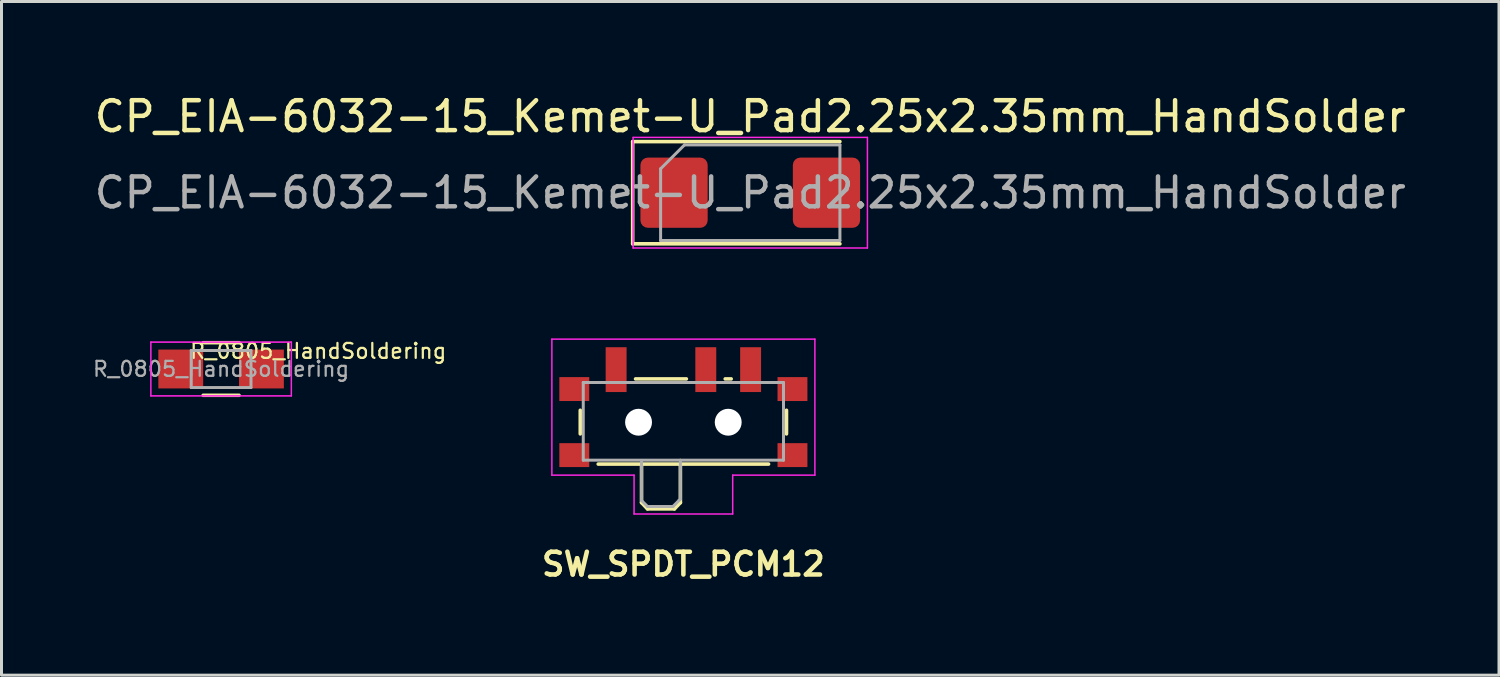
<source format=kicad_pcb>
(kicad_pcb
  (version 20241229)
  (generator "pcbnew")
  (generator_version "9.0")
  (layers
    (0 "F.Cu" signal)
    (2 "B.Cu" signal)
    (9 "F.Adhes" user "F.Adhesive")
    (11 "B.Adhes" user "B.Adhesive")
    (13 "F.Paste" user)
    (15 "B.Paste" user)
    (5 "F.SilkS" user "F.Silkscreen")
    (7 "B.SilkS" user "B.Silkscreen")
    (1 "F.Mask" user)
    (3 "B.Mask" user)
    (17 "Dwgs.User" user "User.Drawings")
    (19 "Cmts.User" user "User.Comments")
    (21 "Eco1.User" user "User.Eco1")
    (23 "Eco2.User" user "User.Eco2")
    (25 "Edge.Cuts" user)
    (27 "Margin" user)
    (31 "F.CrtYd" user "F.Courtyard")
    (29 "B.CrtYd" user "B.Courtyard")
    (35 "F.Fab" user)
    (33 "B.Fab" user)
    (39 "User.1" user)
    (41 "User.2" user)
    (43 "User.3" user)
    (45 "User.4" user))
  (footprint "CP_EIA-6032-15_Kemet-U_Pad2.25x2.35mm_HandSolder"
    (layer "F.Cu")
    (at 22.054 3.398)
    (property "Reference" "CP_EIA-6032-15_Kemet-U_Pad2.25x2.35mm_HandSolder" (at 0 -2.55 180) (layer "F.SilkS") (effects (font (size 1 1) (thickness 0.15))))
    (attr smd)
    (fp_line (start -3.935 -1.71) (end 3 -1.71) (stroke (width 0.12) (type solid)) (layer "F.SilkS"))
    (fp_line (start -3.935 1.71) (end -3.935 -1.71) (stroke (width 0.12) (type solid)) (layer "F.SilkS"))
    (fp_line (start 3 1.71) (end -3.935 1.71) (stroke (width 0.12) (type solid)) (layer "F.SilkS"))
    (fp_line (start -3.92 -1.85) (end -3.92 1.85) (stroke (width 0.05) (type solid)) (layer "F.CrtYd"))
    (fp_line (start -3.92 1.85) (end 3.92 1.85) (stroke (width 0.05) (type solid)) (layer "F.CrtYd"))
    (fp_line (start 3.92 -1.85) (end -3.92 -1.85) (stroke (width 0.05) (type solid)) (layer "F.CrtYd"))
    (fp_line (start 3.92 1.85) (end 3.92 -1.85) (stroke (width 0.05) (type solid)) (layer "F.CrtYd"))
    (fp_line (start -3 -0.8) (end -2.2 -1.6) (stroke (width 0.1) (type solid)) (layer "F.Fab"))
    (fp_line (start -3 1.6) (end -3 -0.8) (stroke (width 0.1) (type solid)) (layer "F.Fab"))
    (fp_line (start -2.2 -1.6) (end 3 -1.6) (stroke (width 0.1) (type solid)) (layer "F.Fab"))
    (fp_line (start 3 -1.6) (end 3 1.6) (stroke (width 0.1) (type solid)) (layer "F.Fab"))
    (fp_line (start 3 1.6) (end -3 1.6) (stroke (width 0.1) (type solid)) (layer "F.Fab"))
    (fp_text user "${REFERENCE}" (at 0 0 180) (layer "F.Fab") (effects (font (size 1 1) (thickness 0.15))))
    (pad "1" smd roundrect (at -2.55 0 180) (size 2.25 2.35) (layers "F.Cu" "F.Mask" "F.Paste") (roundrect_rratio 0.111))
    (pad "2" smd roundrect (at 2.55 0 180) (size 2.25 2.35) (layers "F.Cu" "F.Mask" "F.Paste") (roundrect_rratio 0.111)))
  (footprint "SW_SPDT_PCM12"
    (layer "F.Cu")
    (at 19.816 10.748)
    (property "Reference" "SW_SPDT_PCM12" (at 0 5.08 180) (layer "F.SilkS") (effects (font (size 0.762 0.762) (thickness 0.152))))
    (attr smd)
    (fp_line (start -3.45 0.72) (end -3.45 -0.07) (stroke (width 0.12) (type solid)) (layer "F.SilkS"))
    (fp_line (start -1.4 3.02) (end -1.4 1.73) (stroke (width 0.12) (type solid)) (layer "F.SilkS"))
    (fp_line (start -1.2 3.23) (end -1.4 3.02) (stroke (width 0.12) (type solid)) (layer "F.SilkS"))
    (fp_line (start -0.3 3.23) (end -1.2 3.23) (stroke (width 0.12) (type solid)) (layer "F.SilkS"))
    (fp_line (start -0.3 3.23) (end -0.1 3.02) (stroke (width 0.12) (type solid)) (layer "F.SilkS"))
    (fp_line (start -0.1 1.73) (end -0.1 3.02) (stroke (width 0.12) (type solid)) (layer "F.SilkS"))
    (fp_line (start 0.1 -1.12) (end -1.6 -1.12) (stroke (width 0.12) (type solid)) (layer "F.SilkS"))
    (fp_line (start 1.6 -1.12) (end 1.4 -1.12) (stroke (width 0.12) (type solid)) (layer "F.SilkS"))
    (fp_line (start 2.85 1.73) (end -2.85 1.73) (stroke (width 0.12) (type solid)) (layer "F.SilkS"))
    (fp_line (start 3.45 -0.07) (end 3.45 0.72) (stroke (width 0.12) (type solid)) (layer "F.SilkS"))
    (fp_line (start -4.4 -2.45) (end -4.4 2.1) (stroke (width 0.05) (type solid)) (layer "F.CrtYd"))
    (fp_line (start -4.4 2.1) (end -1.65 2.1) (stroke (width 0.05) (type solid)) (layer "F.CrtYd"))
    (fp_line (start -1.65 2.1) (end -1.65 3.4) (stroke (width 0.05) (type solid)) (layer "F.CrtYd"))
    (fp_line (start -1.65 3.4) (end 1.65 3.4) (stroke (width 0.05) (type solid)) (layer "F.CrtYd"))
    (fp_line (start 1.65 2.1) (end 4.4 2.1) (stroke (width 0.05) (type solid)) (layer "F.CrtYd"))
    (fp_line (start 1.65 3.4) (end 1.65 2.1) (stroke (width 0.05) (type solid)) (layer "F.CrtYd"))
    (fp_line (start 4.4 -2.45) (end -4.4 -2.45) (stroke (width 0.05) (type solid)) (layer "F.CrtYd"))
    (fp_line (start 4.4 2.1) (end 4.4 -2.45) (stroke (width 0.05) (type solid)) (layer "F.CrtYd"))
    (fp_line (start -3.35 -1) (end 3.35 -1) (stroke (width 0.1) (type solid)) (layer "F.Fab"))
    (fp_line (start -3.35 1.6) (end -3.35 -1) (stroke (width 0.1) (type solid)) (layer "F.Fab"))
    (fp_line (start -1.4 2.95) (end -1.4 1.65) (stroke (width 0.1) (type solid)) (layer "F.Fab"))
    (fp_line (start -1.2 3.15) (end -1.4 2.95) (stroke (width 0.1) (type solid)) (layer "F.Fab"))
    (fp_line (start -0.35 3.15) (end -1.2 3.15) (stroke (width 0.1) (type solid)) (layer "F.Fab"))
    (fp_line (start -0.15 2.95) (end -0.35 3.15) (stroke (width 0.1) (type solid)) (layer "F.Fab"))
    (fp_line (start -0.1 1.6) (end -0.1 2.9) (stroke (width 0.1) (type solid)) (layer "F.Fab"))
    (fp_line (start -0.1 2.9) (end -0.15 2.95) (stroke (width 0.1) (type solid)) (layer "F.Fab"))
    (fp_line (start 3.35 -1) (end 3.35 1.6) (stroke (width 0.1) (type solid)) (layer "F.Fab"))
    (fp_line (start 3.35 1.6) (end -3.35 1.6) (stroke (width 0.1) (type solid)) (layer "F.Fab"))
    (pad "" smd rect (at -3.65 -0.78 180) (size 1 0.8) (layers "F.Cu" "F.Mask" "F.Paste"))
    (pad "" smd rect (at -3.65 1.43 180) (size 1 0.8) (layers "F.Cu" "F.Mask" "F.Paste"))
    (pad "" np_thru_hole circle (at -1.5 0.33 180) (size 0.9 0.9) (drill 0.9) (layers "*.Cu" "*.Mask"))
    (pad "" np_thru_hole circle (at 1.5 0.33 180) (size 0.9 0.9) (drill 0.9) (layers "*.Cu" "*.Mask"))
    (pad "" smd rect (at 3.65 -0.78 180) (size 1 0.8) (layers "F.Cu" "F.Mask" "F.Paste"))
    (pad "" smd rect (at 3.65 1.43 180) (size 1 0.8) (layers "F.Cu" "F.Mask" "F.Paste"))
    (pad "1" smd rect (at -2.25 -1.43 180) (size 0.7 1.5) (layers "F.Cu" "F.Mask" "F.Paste"))
    (pad "2" smd rect (at 0.75 -1.43 180) (size 0.7 1.5) (layers "F.Cu" "F.Mask" "F.Paste"))
    (pad "3" smd rect (at 2.25 -1.43 180) (size 0.7 1.5) (layers "F.Cu" "F.Mask" "F.Paste")))
  (footprint "R_0805_HandSoldering"
    (layer "F.Cu")
    (at 4.348 9.297)
    (property "Reference" "R_0805_HandSoldering" (at 3.25 -0.6 180) (layer "F.SilkS") (effects (font (size 0.5 0.5) (thickness 0.075))))
    (attr smd)
    (fp_line (start -0.6 0.88) (end 0.6 0.88) (stroke (width 0.12) (type solid)) (layer "F.SilkS"))
    (fp_line (start 0.6 -0.88) (end -0.6 -0.88) (stroke (width 0.12) (type solid)) (layer "F.SilkS"))
    (fp_line (start -2.35 0.9) (end -2.35 -0.9) (stroke (width 0.05) (type solid)) (layer "F.CrtYd"))
    (fp_line (start -2.35 0.9) (end 2.35 0.9) (stroke (width 0.05) (type solid)) (layer "F.CrtYd"))
    (fp_line (start 2.35 -0.9) (end -2.35 -0.9) (stroke (width 0.05) (type solid)) (layer "F.CrtYd"))
    (fp_line (start 2.35 -0.9) (end 2.35 0.9) (stroke (width 0.05) (type solid)) (layer "F.CrtYd"))
    (fp_line (start -1 -0.62) (end -1 0.62) (stroke (width 0.1) (type solid)) (layer "F.Fab"))
    (fp_line (start -1 0.62) (end 1 0.62) (stroke (width 0.1) (type solid)) (layer "F.Fab"))
    (fp_line (start 1 -0.62) (end -1 -0.62) (stroke (width 0.1) (type solid)) (layer "F.Fab"))
    (fp_line (start 1 0.62) (end 1 -0.62) (stroke (width 0.1) (type solid)) (layer "F.Fab"))
    (fp_text user "${REFERENCE}" (at 0 0 180) (layer "F.Fab") (effects (font (size 0.5 0.5) (thickness 0.075))))
    (pad "1" smd rect (at -1.35 0 180) (size 1.5 1.3) (layers "F.Cu" "F.Mask" "F.Paste"))
    (pad "2" smd rect (at 1.35 0 180) (size 1.5 1.3) (layers "F.Cu" "F.Mask" "F.Paste")))
  (gr_rect
    (start -3 -3)
    (end 47.107 19.541)
    (stroke (width 0.1) (type default))
    (fill no)
    (layer "Edge.Cuts")))
</source>
